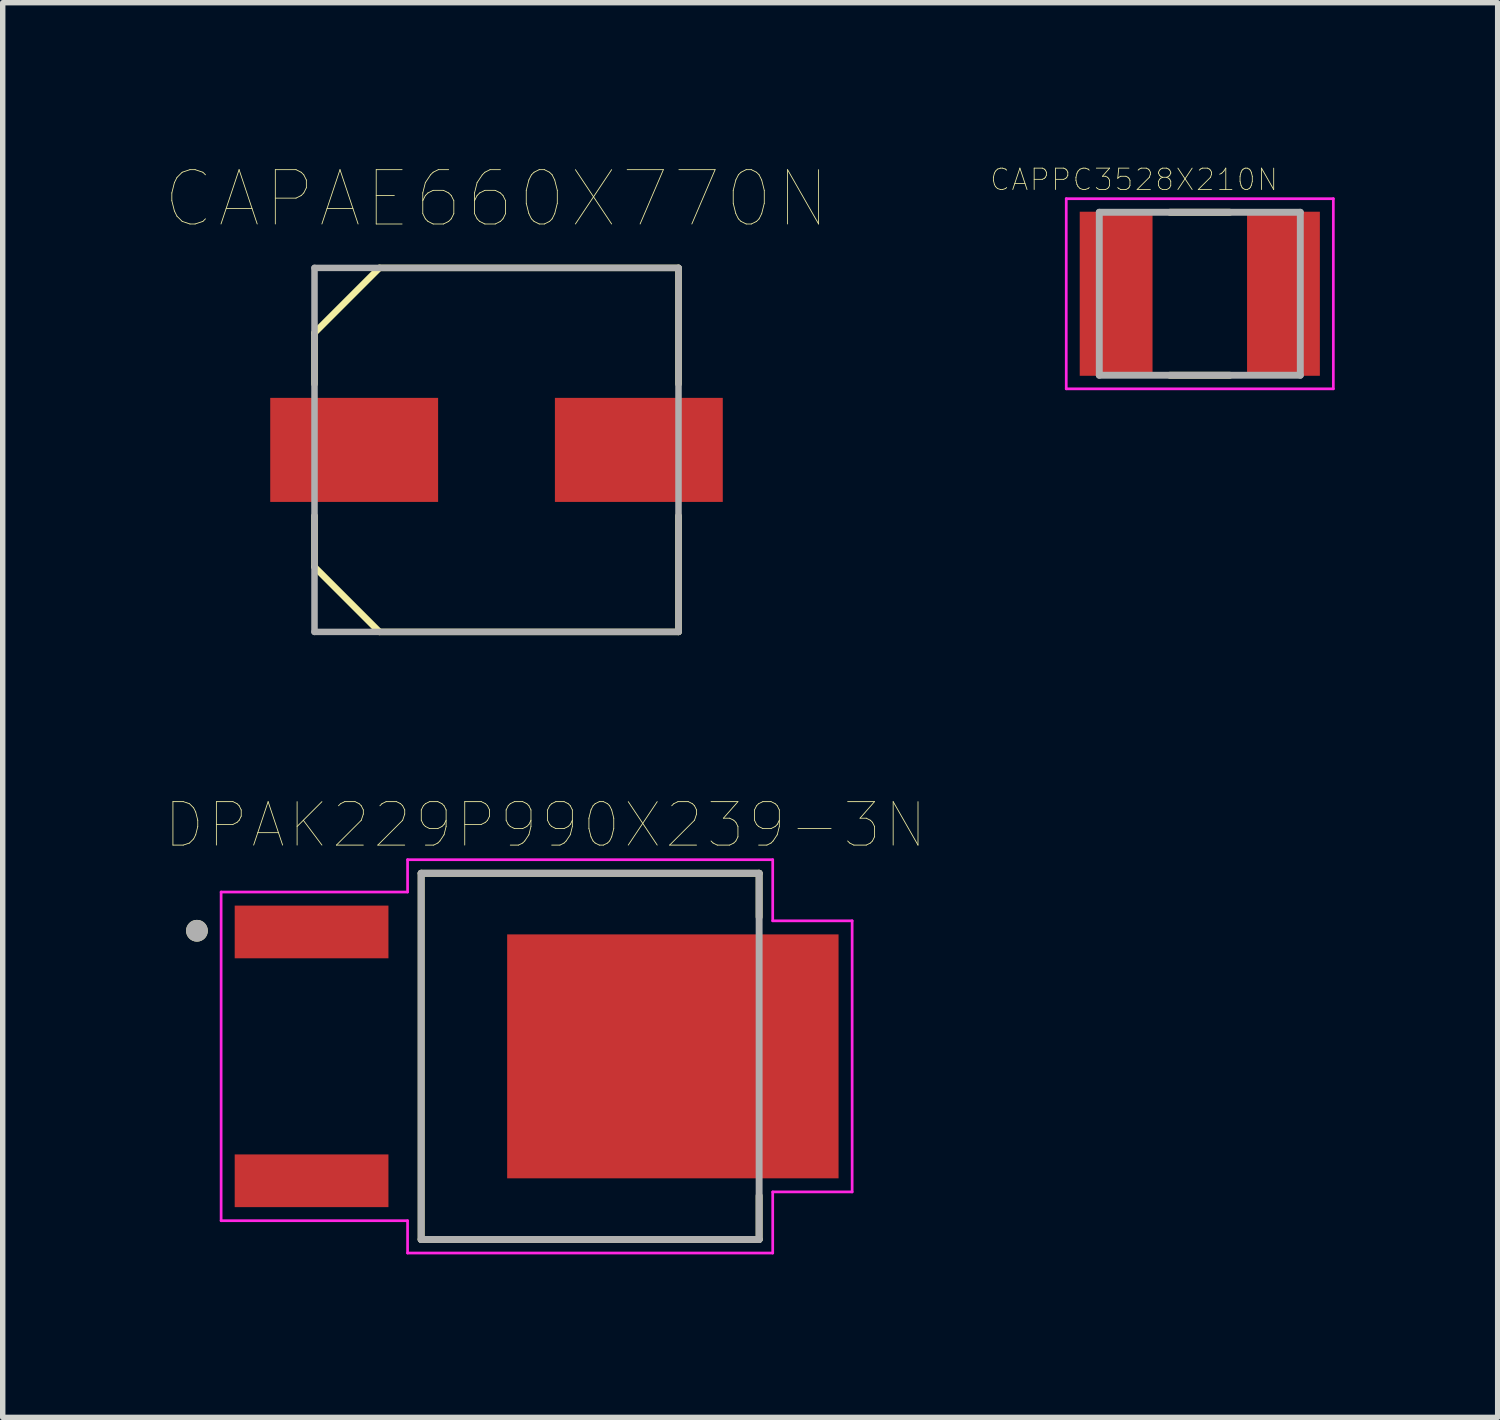
<source format=kicad_pcb>
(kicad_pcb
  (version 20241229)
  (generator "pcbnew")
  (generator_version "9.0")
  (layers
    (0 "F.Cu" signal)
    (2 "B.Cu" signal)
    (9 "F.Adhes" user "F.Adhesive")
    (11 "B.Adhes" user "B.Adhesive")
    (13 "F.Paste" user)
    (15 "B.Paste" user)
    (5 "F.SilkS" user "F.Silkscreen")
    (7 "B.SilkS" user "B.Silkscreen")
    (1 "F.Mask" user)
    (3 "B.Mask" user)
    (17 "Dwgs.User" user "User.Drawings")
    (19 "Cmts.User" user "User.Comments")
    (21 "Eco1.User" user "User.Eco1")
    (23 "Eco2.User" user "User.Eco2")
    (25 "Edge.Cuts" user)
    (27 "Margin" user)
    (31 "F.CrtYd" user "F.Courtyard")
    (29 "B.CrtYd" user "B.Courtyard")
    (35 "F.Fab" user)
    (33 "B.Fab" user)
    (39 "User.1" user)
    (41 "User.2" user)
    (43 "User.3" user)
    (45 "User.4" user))
  (footprint "CAPAE660X770N"
    (layer "F.Cu")
    (at 6.089 5.231)
    (property "Reference" "CAPAE660X770N" (at 0 -4.62 0) (layer "F.SilkS") (effects (font (size 1 1) (thickness 0.015))))
    (attr through_hole)
    (fp_line (start -3.35 -2.154) (end -2.154 -3.35) (stroke (width 0.12) (type solid)) (layer "F.SilkS"))
    (fp_line (start -3.35 -1.212) (end -3.35 -2.154) (stroke (width 0.12) (type solid)) (layer "F.SilkS"))
    (fp_line (start -3.35 1.212) (end -3.35 2.154) (stroke (width 0.12) (type solid)) (layer "F.SilkS"))
    (fp_line (start -3.35 2.154) (end -2.154 3.35) (stroke (width 0.12) (type solid)) (layer "F.SilkS"))
    (fp_line (start -2.154 -3.35) (end 3.35 -3.35) (stroke (width 0.12) (type solid)) (layer "F.SilkS"))
    (fp_line (start -2.154 3.35) (end 3.35 3.35) (stroke (width 0.12) (type solid)) (layer "F.SilkS"))
    (fp_line (start 3.35 -3.35) (end 3.35 -1.212) (stroke (width 0.12) (type solid)) (layer "F.SilkS"))
    (fp_line (start 3.35 3.35) (end 3.35 1.212) (stroke (width 0.12) (type solid)) (layer "F.SilkS"))
    (fp_line (start -3.35 -3.35) (end 3.35 -3.35) (stroke (width 0.12) (type solid)) (layer "F.Fab"))
    (fp_line (start -3.35 3.35) (end -3.35 -3.35) (stroke (width 0.12) (type solid)) (layer "F.Fab"))
    (fp_line (start 3.35 -3.35) (end 3.35 3.35) (stroke (width 0.12) (type solid)) (layer "F.Fab"))
    (fp_line (start 3.35 3.35) (end -3.35 3.35) (stroke (width 0.12) (type solid)) (layer "F.Fab"))
    (pad "1" smd rect (at -2.62 0) (size 3.09 1.915) (layers "F.Cu" "F.Mask" "F.Paste"))
    (pad "2" smd rect (at 2.62 0) (size 3.09 1.915) (layers "F.Cu" "F.Mask" "F.Paste")))
  (footprint "CAPPC3528X210N"
    (layer "F.Cu")
    (at 19.034 2.357)
    (property "Reference" "CAPPC3528X210N" (at -1.21 -2.1 0) (layer "F.SilkS") (effects (font (size 0.394 0.394) (thickness 0.015))))
    (attr through_hole)
    (fp_line (start -0.55 -1.5) (end 0.55 -1.5) (stroke (width 0.127) (type solid)) (layer "F.SilkS"))
    (fp_line (start -0.55 1.5) (end 0.55 1.5) (stroke (width 0.127) (type solid)) (layer "F.SilkS"))
    (fp_line (start -2.458 -1.75) (end 2.458 -1.75) (stroke (width 0.05) (type solid)) (layer "F.CrtYd"))
    (fp_line (start -2.458 1.75) (end -2.458 -1.75) (stroke (width 0.05) (type solid)) (layer "F.CrtYd"))
    (fp_line (start -2.458 1.75) (end 2.458 1.75) (stroke (width 0.05) (type solid)) (layer "F.CrtYd"))
    (fp_line (start 2.458 1.75) (end 2.458 -1.75) (stroke (width 0.05) (type solid)) (layer "F.CrtYd"))
    (fp_line (start -1.85 1.5) (end -1.85 -1.5) (stroke (width 0.127) (type solid)) (layer "F.Fab"))
    (fp_line (start 1.85 -1.5) (end -1.85 -1.5) (stroke (width 0.127) (type solid)) (layer "F.Fab"))
    (fp_line (start 1.85 1.5) (end -1.85 1.5) (stroke (width 0.127) (type solid)) (layer "F.Fab"))
    (fp_line (start 1.85 1.5) (end 1.85 -1.5) (stroke (width 0.127) (type solid)) (layer "F.Fab"))
    (pad "1" smd rect (at -1.54 0) (size 1.34 3.02) (layers "F.Cu" "F.Mask" "F.Paste"))
    (pad "2" smd rect (at 1.54 0) (size 1.34 3.02) (layers "F.Cu" "F.Mask" "F.Paste")))
  (footprint "DPAK229P990X239-3N"
    (layer "F.Cu")
    (at 6.825 16.394)
    (property "Reference" "DPAK229P990X239-3N" (at 0.165 -4.258 0) (layer "F.SilkS") (effects (font (size 0.8 0.8) (thickness 0.015))))
    (attr through_hole)
    (fp_line (start -2.123 -3.37) (end -2.123 3.37) (stroke (width 0.127) (type solid)) (layer "F.SilkS"))
    (fp_line (start -2.123 3.37) (end 4.098 3.37) (stroke (width 0.127) (type solid)) (layer "F.SilkS"))
    (fp_line (start 4.098 -3.37) (end -2.123 -3.37) (stroke (width 0.127) (type solid)) (layer "F.SilkS"))
    (fp_line (start 4.098 -2.565) (end 4.098 -3.37) (stroke (width 0.127) (type solid)) (layer "F.SilkS"))
    (fp_line (start 4.098 3.37) (end 4.098 2.565) (stroke (width 0.127) (type solid)) (layer "F.SilkS"))
    (fp_circle (center -6.25 -2.312) (end -6.15 -2.312) (stroke (width 0.2) (type solid)) (fill no) (layer "F.SilkS"))
    (fp_poly (pts (xy -0.285 -1.865) (xy 1.245 -1.865) (xy 1.245 -0.375) (xy -0.285 -0.375)) (stroke (width 0.01) (type solid)) (fill yes) (layer "F.Paste"))
    (fp_poly (pts (xy -0.285 0.375) (xy 1.245 0.375) (xy 1.245 1.865) (xy -0.285 1.865)) (stroke (width 0.01) (type solid)) (fill yes) (layer "F.Paste"))
    (fp_poly (pts (xy 1.745 -1.865) (xy 3.275 -1.865) (xy 3.275 -0.375) (xy 1.745 -0.375)) (stroke (width 0.01) (type solid)) (fill yes) (layer "F.Paste"))
    (fp_poly (pts (xy 1.745 0.375) (xy 3.275 0.375) (xy 3.275 1.865) (xy 1.745 1.865)) (stroke (width 0.01) (type solid)) (fill yes) (layer "F.Paste"))
    (fp_poly (pts (xy 3.775 -1.865) (xy 5.305 -1.865) (xy 5.305 -0.375) (xy 3.775 -0.375)) (stroke (width 0.01) (type solid)) (fill yes) (layer "F.Paste"))
    (fp_poly (pts (xy 3.775 0.375) (xy 5.305 0.375) (xy 5.305 1.865) (xy 3.775 1.865)) (stroke (width 0.01) (type solid)) (fill yes) (layer "F.Paste"))
    (fp_line (start -5.805 -3.025) (end -5.805 3.025) (stroke (width 0.05) (type solid)) (layer "F.CrtYd"))
    (fp_line (start -5.805 3.025) (end -2.373 3.025) (stroke (width 0.05) (type solid)) (layer "F.CrtYd"))
    (fp_line (start -2.373 -3.62) (end -2.373 -3.025) (stroke (width 0.05) (type solid)) (layer "F.CrtYd"))
    (fp_line (start -2.373 -3.025) (end -5.805 -3.025) (stroke (width 0.05) (type solid)) (layer "F.CrtYd"))
    (fp_line (start -2.373 3.025) (end -2.373 3.62) (stroke (width 0.05) (type solid)) (layer "F.CrtYd"))
    (fp_line (start -2.373 3.62) (end 4.348 3.62) (stroke (width 0.05) (type solid)) (layer "F.CrtYd"))
    (fp_line (start 4.348 -3.62) (end -2.373 -3.62) (stroke (width 0.05) (type solid)) (layer "F.CrtYd"))
    (fp_line (start 4.348 -2.495) (end 4.348 -3.62) (stroke (width 0.05) (type solid)) (layer "F.CrtYd"))
    (fp_line (start 4.348 2.495) (end 5.81 2.495) (stroke (width 0.05) (type solid)) (layer "F.CrtYd"))
    (fp_line (start 4.348 3.62) (end 4.348 2.495) (stroke (width 0.05) (type solid)) (layer "F.CrtYd"))
    (fp_line (start 5.81 -2.495) (end 4.348 -2.495) (stroke (width 0.05) (type solid)) (layer "F.CrtYd"))
    (fp_line (start 5.81 2.495) (end 5.81 -2.495) (stroke (width 0.05) (type solid)) (layer "F.CrtYd"))
    (fp_line (start -2.123 -3.37) (end -2.123 3.37) (stroke (width 0.127) (type solid)) (layer "F.Fab"))
    (fp_line (start -2.123 3.37) (end 4.098 3.37) (stroke (width 0.127) (type solid)) (layer "F.Fab"))
    (fp_line (start 4.098 -3.37) (end -2.123 -3.37) (stroke (width 0.127) (type solid)) (layer "F.Fab"))
    (fp_line (start 4.098 3.37) (end 4.098 -3.37) (stroke (width 0.127) (type solid)) (layer "F.Fab"))
    (fp_circle (center -6.25 -2.312) (end -6.15 -2.312) (stroke (width 0.2) (type solid)) (fill no) (layer "F.Fab"))
    (pad "1" smd rect (at -4.14 -2.29) (size 2.83 0.97) (layers "F.Cu" "F.Mask" "F.Paste"))
    (pad "2" smd rect (at -4.14 2.29) (size 2.83 0.97) (layers "F.Cu" "F.Mask" "F.Paste"))
    (pad "3" smd rect (at 2.51 0) (size 6.1 4.49) (layers "F.Cu" "F.Mask")))
  (gr_rect
    (start -3 -3)
    (end 24.517 23.039)
    (stroke (width 0.1) (type default))
    (fill no)
    (layer "Edge.Cuts")))
</source>
